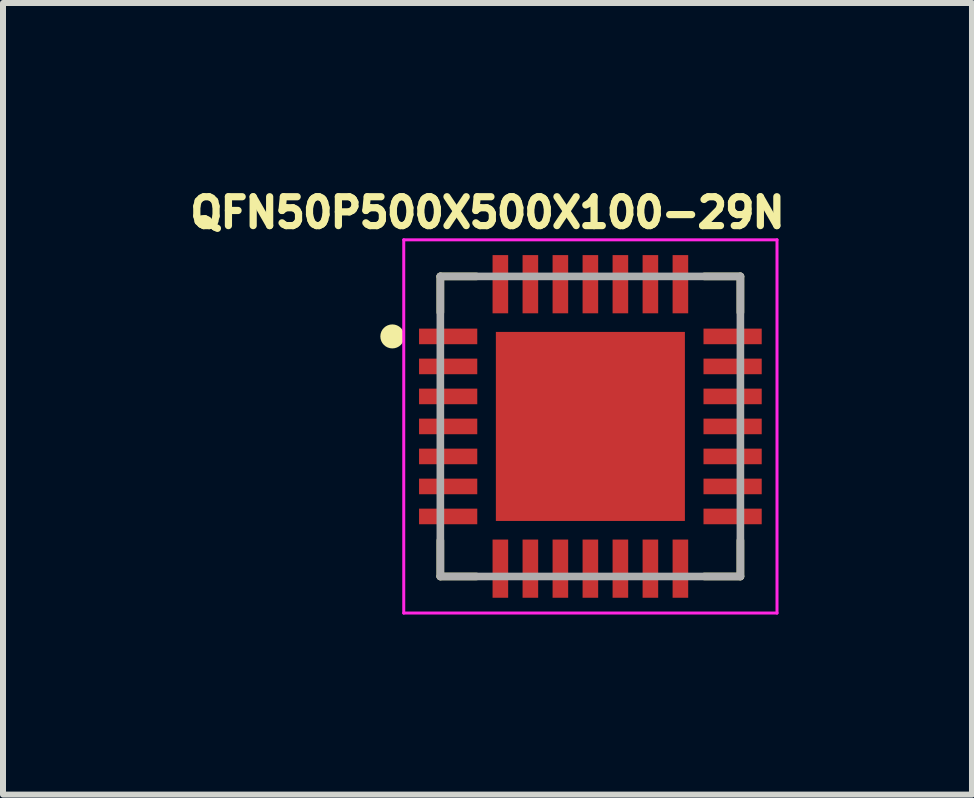
<source format=kicad_pcb>
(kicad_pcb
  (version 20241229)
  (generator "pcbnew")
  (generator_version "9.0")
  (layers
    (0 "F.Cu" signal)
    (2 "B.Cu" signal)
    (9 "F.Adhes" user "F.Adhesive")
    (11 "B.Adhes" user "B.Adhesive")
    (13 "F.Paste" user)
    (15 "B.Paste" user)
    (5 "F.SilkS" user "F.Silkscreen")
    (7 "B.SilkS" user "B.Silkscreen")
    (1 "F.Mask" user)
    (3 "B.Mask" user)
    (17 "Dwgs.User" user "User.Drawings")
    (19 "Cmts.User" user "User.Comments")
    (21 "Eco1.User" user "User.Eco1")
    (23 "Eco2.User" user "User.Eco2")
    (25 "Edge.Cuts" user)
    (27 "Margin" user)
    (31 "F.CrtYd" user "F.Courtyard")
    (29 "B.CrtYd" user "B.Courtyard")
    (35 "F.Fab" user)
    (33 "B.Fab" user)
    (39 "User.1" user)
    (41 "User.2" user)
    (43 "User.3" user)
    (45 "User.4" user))
  (footprint "QFN50P500X500X100-29N"
    (layer "F.Cu")
    (at 6.788 4.056)
    (property "Reference" "QFN50P500X500X100-29N" (at -1.714 -3.563 0) (layer "F.SilkS") (effects (font (size 0.481 0.481) (thickness 0.15))))
    (attr through_hole)
    (fp_line (start -2.5 -2.5) (end -1.9 -2.5) (stroke (width 0.127) (type solid)) (layer "F.SilkS"))
    (fp_line (start -2.5 -1.9) (end -2.5 -2.5) (stroke (width 0.127) (type solid)) (layer "F.SilkS"))
    (fp_line (start -2.5 2.5) (end -2.5 1.9) (stroke (width 0.127) (type solid)) (layer "F.SilkS"))
    (fp_line (start -1.9 2.5) (end -2.5 2.5) (stroke (width 0.127) (type solid)) (layer "F.SilkS"))
    (fp_line (start 1.9 -2.5) (end 2.5 -2.5) (stroke (width 0.127) (type solid)) (layer "F.SilkS"))
    (fp_line (start 2.5 -2.5) (end 2.5 -1.9) (stroke (width 0.127) (type solid)) (layer "F.SilkS"))
    (fp_line (start 2.5 1.9) (end 2.5 2.5) (stroke (width 0.127) (type solid)) (layer "F.SilkS"))
    (fp_line (start 2.5 2.5) (end 1.9 2.5) (stroke (width 0.127) (type solid)) (layer "F.SilkS"))
    (fp_circle (center -3.3 -1.5) (end -3.2 -1.5) (stroke (width 0.2) (type solid)) (fill no) (layer "F.SilkS"))
    (fp_poly (pts (xy -0.991 -0.989) (xy 0.989 -0.989) (xy 0.989 0.991) (xy -0.991 0.991)) (stroke (width 0.01) (type solid)) (fill yes) (layer "F.Paste"))
    (fp_line (start -3.11 -3.11) (end 3.11 -3.11) (stroke (width 0.05) (type solid)) (layer "F.CrtYd"))
    (fp_line (start -3.11 3.11) (end -3.11 -3.11) (stroke (width 0.05) (type solid)) (layer "F.CrtYd"))
    (fp_line (start 3.11 -3.11) (end 3.11 3.11) (stroke (width 0.05) (type solid)) (layer "F.CrtYd"))
    (fp_line (start 3.11 3.11) (end -3.11 3.11) (stroke (width 0.05) (type solid)) (layer "F.CrtYd"))
    (fp_line (start -2.5 -2.5) (end 2.5 -2.5) (stroke (width 0.127) (type solid)) (layer "F.Fab"))
    (fp_line (start -2.5 2.5) (end -2.5 -2.5) (stroke (width 0.127) (type solid)) (layer "F.Fab"))
    (fp_line (start 2.5 -2.5) (end 2.5 2.5) (stroke (width 0.127) (type solid)) (layer "F.Fab"))
    (fp_line (start 2.5 2.5) (end -2.5 2.5) (stroke (width 0.127) (type solid)) (layer "F.Fab"))
    (pad "1" smd rect (at -2.37 -1.5) (size 0.97 0.26) (layers "F.Cu" "F.Mask" "F.Paste"))
    (pad "2" smd rect (at -2.37 -1) (size 0.97 0.26) (layers "F.Cu" "F.Mask" "F.Paste"))
    (pad "3" smd rect (at -2.37 -0.5) (size 0.97 0.26) (layers "F.Cu" "F.Mask" "F.Paste"))
    (pad "4" smd rect (at -2.37 0) (size 0.97 0.26) (layers "F.Cu" "F.Mask" "F.Paste"))
    (pad "5" smd rect (at -2.37 0.5) (size 0.97 0.26) (layers "F.Cu" "F.Mask" "F.Paste"))
    (pad "6" smd rect (at -2.37 1) (size 0.97 0.26) (layers "F.Cu" "F.Mask" "F.Paste"))
    (pad "7" smd rect (at -2.37 1.5) (size 0.97 0.26) (layers "F.Cu" "F.Mask" "F.Paste"))
    (pad "8" smd rect (at -1.5 2.37) (size 0.26 0.97) (layers "F.Cu" "F.Mask" "F.Paste"))
    (pad "9" smd rect (at -1 2.37) (size 0.26 0.97) (layers "F.Cu" "F.Mask" "F.Paste"))
    (pad "10" smd rect (at -0.5 2.37) (size 0.26 0.97) (layers "F.Cu" "F.Mask" "F.Paste"))
    (pad "11" smd rect (at 0 2.37) (size 0.26 0.97) (layers "F.Cu" "F.Mask" "F.Paste"))
    (pad "12" smd rect (at 0.5 2.37) (size 0.26 0.97) (layers "F.Cu" "F.Mask" "F.Paste"))
    (pad "13" smd rect (at 1 2.37) (size 0.26 0.97) (layers "F.Cu" "F.Mask" "F.Paste"))
    (pad "14" smd rect (at 1.5 2.37) (size 0.26 0.97) (layers "F.Cu" "F.Mask" "F.Paste"))
    (pad "15" smd rect (at 2.37 1.5) (size 0.97 0.26) (layers "F.Cu" "F.Mask" "F.Paste"))
    (pad "16" smd rect (at 2.37 1) (size 0.97 0.26) (layers "F.Cu" "F.Mask" "F.Paste"))
    (pad "17" smd rect (at 2.37 0.5) (size 0.97 0.26) (layers "F.Cu" "F.Mask" "F.Paste"))
    (pad "18" smd rect (at 2.37 0) (size 0.97 0.26) (layers "F.Cu" "F.Mask" "F.Paste"))
    (pad "19" smd rect (at 2.37 -0.5) (size 0.97 0.26) (layers "F.Cu" "F.Mask" "F.Paste"))
    (pad "20" smd rect (at 2.37 -1) (size 0.97 0.26) (layers "F.Cu" "F.Mask" "F.Paste"))
    (pad "21" smd rect (at 2.37 -1.5) (size 0.97 0.26) (layers "F.Cu" "F.Mask" "F.Paste"))
    (pad "22" smd rect (at 1.5 -2.37) (size 0.26 0.97) (layers "F.Cu" "F.Mask" "F.Paste"))
    (pad "23" smd rect (at 1 -2.37) (size 0.26 0.97) (layers "F.Cu" "F.Mask" "F.Paste"))
    (pad "24" smd rect (at 0.5 -2.37) (size 0.26 0.97) (layers "F.Cu" "F.Mask" "F.Paste"))
    (pad "25" smd rect (at 0 -2.37) (size 0.26 0.97) (layers "F.Cu" "F.Mask" "F.Paste"))
    (pad "26" smd rect (at -0.5 -2.37) (size 0.26 0.97) (layers "F.Cu" "F.Mask" "F.Paste"))
    (pad "27" smd rect (at -1 -2.37) (size 0.26 0.97) (layers "F.Cu" "F.Mask" "F.Paste"))
    (pad "28" smd rect (at -1.5 -2.37) (size 0.26 0.97) (layers "F.Cu" "F.Mask" "F.Paste"))
    (pad "29" smd rect (at 0 0) (size 3.15 3.15) (layers "F.Cu" "F.Mask")))
  (gr_rect
    (start -3 -3)
    (end 13.147 10.191)
    (stroke (width 0.1) (type default))
    (fill no)
    (layer "Edge.Cuts")))
</source>
